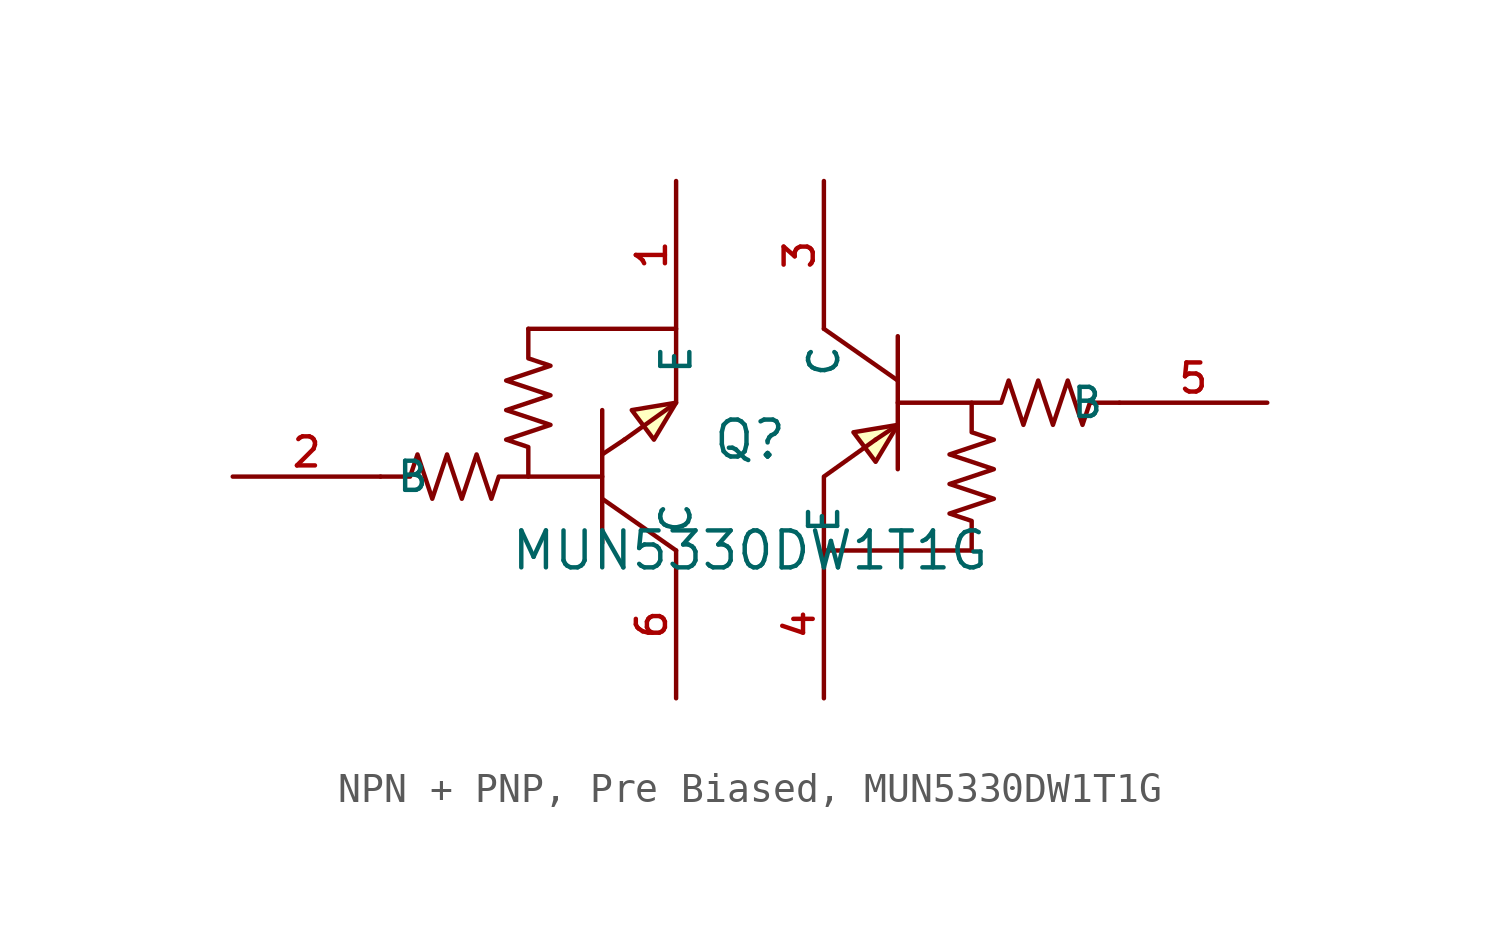
<source format=kicad_sym>
(kicad_symbol_lib
  (version 20231120)
  (generator "CDFER_Archive_Tool")
  (generator_version "0.0")
  (symbol "NPN + PNP, Pre Biased, MUN5330DW1T1G"
    (property "Reference" "Q"
      (at 0 1.27 0)
      (effects (font (size 1.27 1.27))))
    (property "Value" "MUN5330DW1T1G"
      (at 0 -2.54 0)
      (effects (font (size 1.27 1.27))))
    (symbol "NPN + PNP, Pre Biased, MUN5330DW1T1G_0_1"
      (polyline (pts (xy -5.08 -0.762) (xy -2.54 -2.54)) (stroke (width 0) (type default)) (fill (type none)))
      (polyline (pts (xy -5.08 2.286) (xy -5.08 -2.286)) (stroke (width 0) (type default)) (fill (type none)))
      (polyline (pts (xy -4.318 1.27) (xy -5.08 0.762)) (stroke (width 0) (type default)) (fill (type none)))
      (polyline (pts (xy 4.318 1.27) (xy 5.08 1.778)) (stroke (width 0) (type default)) (fill (type none)))
      (polyline (pts (xy 5.08 0.254) (xy 5.08 4.826)) (stroke (width 0) (type default)) (fill (type none)))
      (polyline (pts (xy 5.08 3.302) (xy 2.54 5.08)) (stroke (width 0) (type default)) (fill (type none)))
      (polyline (pts (xy -4.318 1.27) (xy -2.54 2.54) (xy -2.54 5.08) (xy -7.62 5.08)) (stroke (width 0) (type default)) (fill (type none)))
      (polyline (pts (xy -2.54 2.54) (xy -4.064 2.286) (xy -3.302 1.27) (xy -2.54 2.54)) (stroke (width 0) (type default)) (fill (type background)))
      (polyline (pts (xy 4.318 1.27) (xy 2.54 0) (xy 2.54 -2.54) (xy 7.62 -2.54)) (stroke (width 0) (type default)) (fill (type none)))
      (polyline (pts (xy 5.08 1.778) (xy 3.556 1.524) (xy 4.318 0.508) (xy 5.08 1.778)) (stroke (width 0) (type default)) (fill (type background)))
      (polyline (pts (xy -7.62 5.08) (xy -7.62 4.064) (xy -6.858 3.81) (xy -8.382 3.302) (xy -6.858 2.794) (xy -8.382 2.286) (xy -6.858 1.778) (xy -8.382 1.27) (xy -7.62 1.016) (xy -7.62 0)) (stroke (width 0) (type default)) (fill (type none)))
      (polyline (pts (xy 7.62 -2.54) (xy 7.62 -1.524) (xy 6.858 -1.27) (xy 8.382 -0.762) (xy 6.858 -0.254) (xy 8.382 0.254) (xy 6.858 0.762) (xy 8.382 1.27) (xy 7.62 1.524) (xy 7.62 2.54)) (stroke (width 0) (type default)) (fill (type none)))
      (polyline (pts (xy -12.7 0) (xy -11.684 0) (xy -11.43 0.762) (xy -10.922 -0.762) (xy -10.414 0.762) (xy -9.906 -0.762) (xy -9.398 0.762) (xy -8.89 -0.762) (xy -8.636 0) (xy -7.62 0) (xy -5.08 0)) (stroke (width 0) (type default)) (fill (type none)))
      (polyline (pts (xy 12.7 2.54) (xy 11.684 2.54) (xy 11.43 1.778) (xy 10.922 3.302) (xy 10.414 1.778) (xy 9.906 3.302) (xy 9.398 1.778) (xy 8.89 3.302) (xy 8.636 2.54) (xy 7.62 2.54) (xy 5.08 2.54)) (stroke (width 0) (type default)) (fill (type none)))
      (pin unspecified line (at -2.54 10.16 270) (length 5.08) (name "E" (effects (font (size 1 1)))) (number "1" (effects (font (size 1 1)))))
      (pin unspecified line (at -17.78 0 0) (length 5.08) (name "B" (effects (font (size 1 1)))) (number "2" (effects (font (size 1 1)))))
      (pin unspecified line (at 2.54 10.16 270) (length 5.08) (name "C" (effects (font (size 1 1)))) (number "3" (effects (font (size 1 1)))))
      (pin unspecified line (at 2.54 -7.62 90) (length 5.08) (name "E" (effects (font (size 1 1)))) (number "4" (effects (font (size 1 1)))))
      (pin unspecified line (at 17.78 2.54 180) (length 5.08) (name "B" (effects (font (size 1 1)))) (number "5" (effects (font (size 1 1)))))
      (pin unspecified line (at -2.54 -7.62 90) (length 5.08) (name "C" (effects (font (size 1 1)))) (number "6" (effects (font (size 1 1))))))))
</source>
